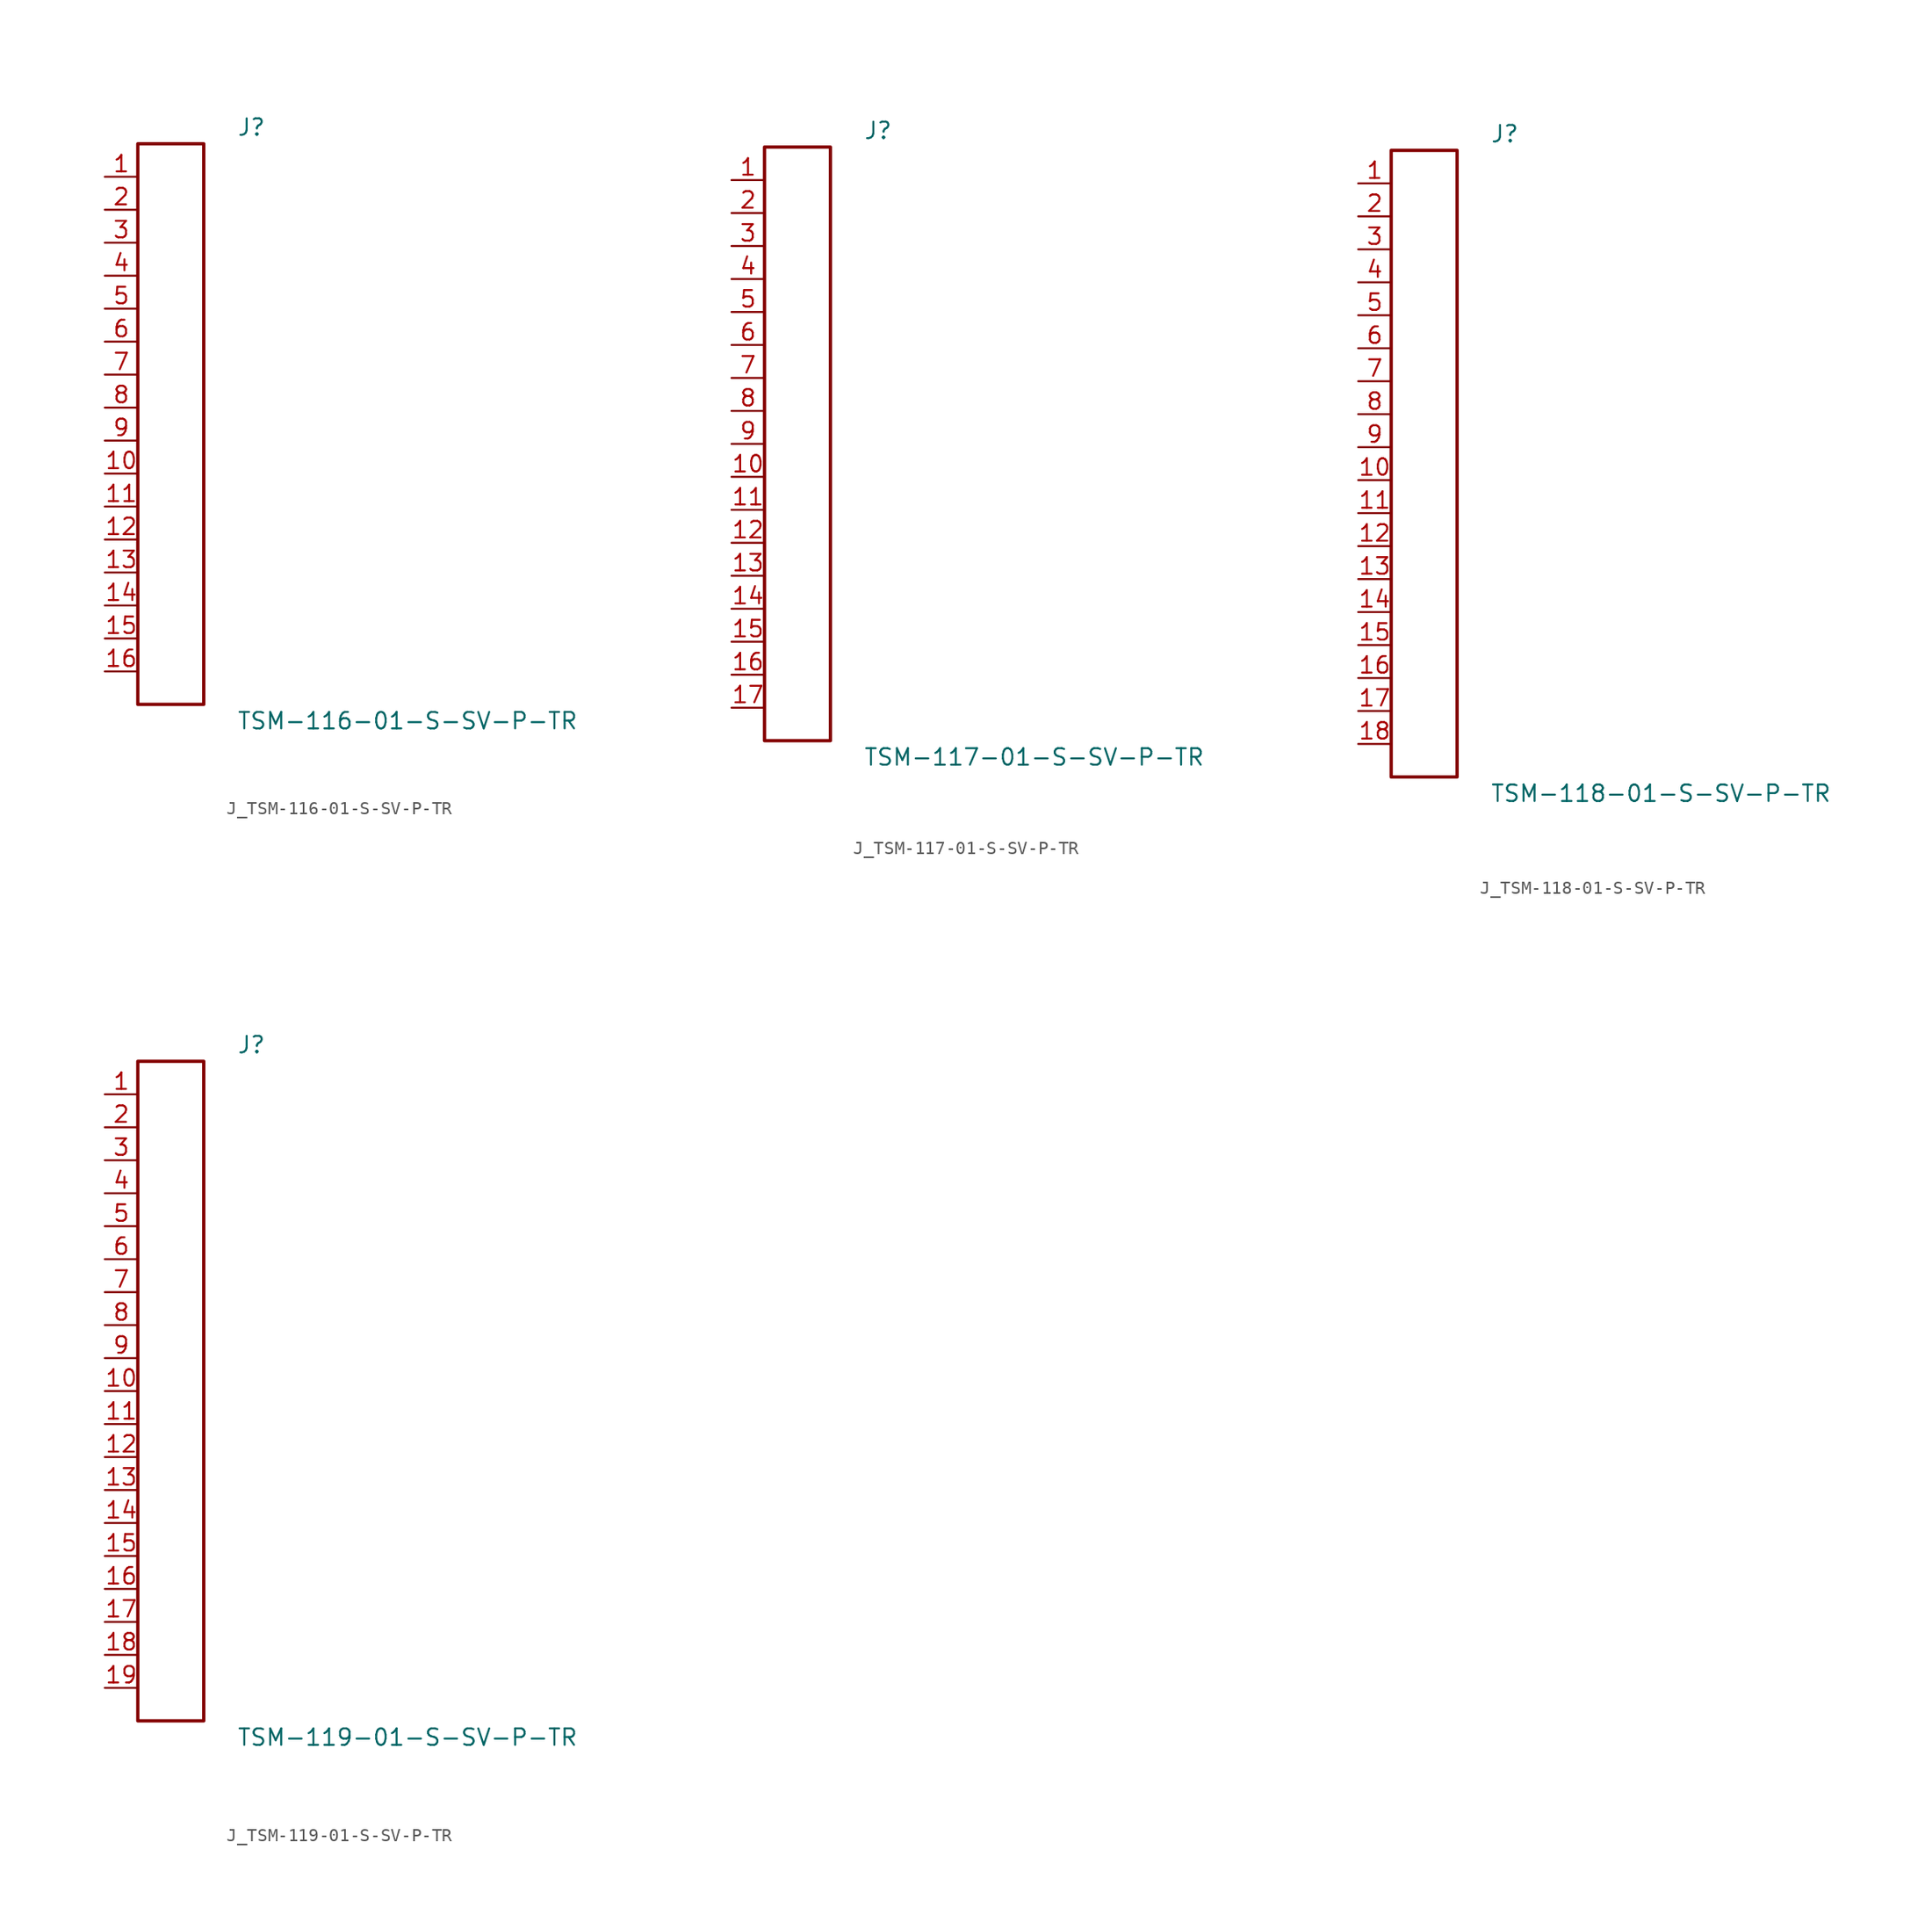
<source format=kicad_sym>
(kicad_symbol_lib
  (version 20231120)
  (generator kicad_symbol_editor)
  (generator_version 8.0)
  (symbol "J_TSM-116-01-S-SV-P-TR"
    (pin_names
      (offset 0.254))
    (property "Reference" "J"
      (at 5.08 22.86 0)
      (effects (font (size 1.27 1.27)) (justify left)))
    (property "Value" "TSM-116-01-S-SV-P-TR"
      (at 5.08 -22.86 0)
      (effects (font (size 1.27 1.27)) (justify left)))
    (symbol "J_TSM-116-01-S-SV-P-TR_0_0"
      (pin unspecified line (at -5.08 19.05 0) (length 2.54) (name "" (effects (font (size 1.27 1.27)))) (number "1" (effects (font (size 1.27 1.27)))))
      (pin unspecified line (at -5.08 16.51 0) (length 2.54) (name "" (effects (font (size 1.27 1.27)))) (number "2" (effects (font (size 1.27 1.27)))))
      (pin unspecified line (at -5.08 13.97 0) (length 2.54) (name "" (effects (font (size 1.27 1.27)))) (number "3" (effects (font (size 1.27 1.27)))))
      (pin unspecified line (at -5.08 11.43 0) (length 2.54) (name "" (effects (font (size 1.27 1.27)))) (number "4" (effects (font (size 1.27 1.27)))))
      (pin unspecified line (at -5.08 8.89 0) (length 2.54) (name "" (effects (font (size 1.27 1.27)))) (number "5" (effects (font (size 1.27 1.27)))))
      (pin unspecified line (at -5.08 6.35 0) (length 2.54) (name "" (effects (font (size 1.27 1.27)))) (number "6" (effects (font (size 1.27 1.27)))))
      (pin unspecified line (at -5.08 3.81 0) (length 2.54) (name "" (effects (font (size 1.27 1.27)))) (number "7" (effects (font (size 1.27 1.27)))))
      (pin unspecified line (at -5.08 1.27 0) (length 2.54) (name "" (effects (font (size 1.27 1.27)))) (number "8" (effects (font (size 1.27 1.27)))))
      (pin unspecified line (at -5.08 -1.27 0) (length 2.54) (name "" (effects (font (size 1.27 1.27)))) (number "9" (effects (font (size 1.27 1.27)))))
      (pin unspecified line (at -5.08 -3.81 0) (length 2.54) (name "" (effects (font (size 1.27 1.27)))) (number "10" (effects (font (size 1.27 1.27)))))
      (pin unspecified line (at -5.08 -6.35 0) (length 2.54) (name "" (effects (font (size 1.27 1.27)))) (number "11" (effects (font (size 1.27 1.27)))))
      (pin unspecified line (at -5.08 -8.89 0) (length 2.54) (name "" (effects (font (size 1.27 1.27)))) (number "12" (effects (font (size 1.27 1.27)))))
      (pin unspecified line (at -5.08 -11.43 0) (length 2.54) (name "" (effects (font (size 1.27 1.27)))) (number "13" (effects (font (size 1.27 1.27)))))
      (pin unspecified line (at -5.08 -13.97 0) (length 2.54) (name "" (effects (font (size 1.27 1.27)))) (number "14" (effects (font (size 1.27 1.27)))))
      (pin unspecified line (at -5.08 -16.51 0) (length 2.54) (name "" (effects (font (size 1.27 1.27)))) (number "15" (effects (font (size 1.27 1.27)))))
      (pin unspecified line (at -5.08 -19.05 0) (length 2.54) (name "" (effects (font (size 1.27 1.27)))) (number "16" (effects (font (size 1.27 1.27))))))
    (symbol "J_TSM-116-01-S-SV-P-TR_1_0"
      (rectangle (start -2.54 21.59) (end 2.54 -21.59) (stroke (width 0.254) (type solid)) (fill (type none)))))
  (symbol "J_TSM-117-01-S-SV-P-TR"
    (pin_names
      (offset 0.254))
    (property "Reference" "J"
      (at 5.08 24.13 0)
      (effects (font (size 1.27 1.27)) (justify left)))
    (property "Value" "TSM-117-01-S-SV-P-TR"
      (at 5.08 -24.13 0)
      (effects (font (size 1.27 1.27)) (justify left)))
    (symbol "J_TSM-117-01-S-SV-P-TR_0_0"
      (pin unspecified line (at -5.08 20.32 0) (length 2.54) (name "" (effects (font (size 1.27 1.27)))) (number "1" (effects (font (size 1.27 1.27)))))
      (pin unspecified line (at -5.08 17.78 0) (length 2.54) (name "" (effects (font (size 1.27 1.27)))) (number "2" (effects (font (size 1.27 1.27)))))
      (pin unspecified line (at -5.08 15.24 0) (length 2.54) (name "" (effects (font (size 1.27 1.27)))) (number "3" (effects (font (size 1.27 1.27)))))
      (pin unspecified line (at -5.08 12.7 0) (length 2.54) (name "" (effects (font (size 1.27 1.27)))) (number "4" (effects (font (size 1.27 1.27)))))
      (pin unspecified line (at -5.08 10.16 0) (length 2.54) (name "" (effects (font (size 1.27 1.27)))) (number "5" (effects (font (size 1.27 1.27)))))
      (pin unspecified line (at -5.08 7.62 0) (length 2.54) (name "" (effects (font (size 1.27 1.27)))) (number "6" (effects (font (size 1.27 1.27)))))
      (pin unspecified line (at -5.08 5.08 0) (length 2.54) (name "" (effects (font (size 1.27 1.27)))) (number "7" (effects (font (size 1.27 1.27)))))
      (pin unspecified line (at -5.08 2.54 0) (length 2.54) (name "" (effects (font (size 1.27 1.27)))) (number "8" (effects (font (size 1.27 1.27)))))
      (pin unspecified line (at -5.08 0.0 0) (length 2.54) (name "" (effects (font (size 1.27 1.27)))) (number "9" (effects (font (size 1.27 1.27)))))
      (pin unspecified line (at -5.08 -2.54 0) (length 2.54) (name "" (effects (font (size 1.27 1.27)))) (number "10" (effects (font (size 1.27 1.27)))))
      (pin unspecified line (at -5.08 -5.08 0) (length 2.54) (name "" (effects (font (size 1.27 1.27)))) (number "11" (effects (font (size 1.27 1.27)))))
      (pin unspecified line (at -5.08 -7.62 0) (length 2.54) (name "" (effects (font (size 1.27 1.27)))) (number "12" (effects (font (size 1.27 1.27)))))
      (pin unspecified line (at -5.08 -10.16 0) (length 2.54) (name "" (effects (font (size 1.27 1.27)))) (number "13" (effects (font (size 1.27 1.27)))))
      (pin unspecified line (at -5.08 -12.7 0) (length 2.54) (name "" (effects (font (size 1.27 1.27)))) (number "14" (effects (font (size 1.27 1.27)))))
      (pin unspecified line (at -5.08 -15.24 0) (length 2.54) (name "" (effects (font (size 1.27 1.27)))) (number "15" (effects (font (size 1.27 1.27)))))
      (pin unspecified line (at -5.08 -17.78 0) (length 2.54) (name "" (effects (font (size 1.27 1.27)))) (number "16" (effects (font (size 1.27 1.27)))))
      (pin unspecified line (at -5.08 -20.32 0) (length 2.54) (name "" (effects (font (size 1.27 1.27)))) (number "17" (effects (font (size 1.27 1.27))))))
    (symbol "J_TSM-117-01-S-SV-P-TR_1_0"
      (rectangle (start -2.54 22.86) (end 2.54 -22.86) (stroke (width 0.254) (type solid)) (fill (type none)))))
  (symbol "J_TSM-118-01-S-SV-P-TR"
    (pin_names
      (offset 0.254))
    (property "Reference" "J"
      (at 5.08 25.4 0)
      (effects (font (size 1.27 1.27)) (justify left)))
    (property "Value" "TSM-118-01-S-SV-P-TR"
      (at 5.08 -25.4 0)
      (effects (font (size 1.27 1.27)) (justify left)))
    (symbol "J_TSM-118-01-S-SV-P-TR_0_0"
      (pin unspecified line (at -5.08 21.59 0) (length 2.54) (name "" (effects (font (size 1.27 1.27)))) (number "1" (effects (font (size 1.27 1.27)))))
      (pin unspecified line (at -5.08 19.05 0) (length 2.54) (name "" (effects (font (size 1.27 1.27)))) (number "2" (effects (font (size 1.27 1.27)))))
      (pin unspecified line (at -5.08 16.51 0) (length 2.54) (name "" (effects (font (size 1.27 1.27)))) (number "3" (effects (font (size 1.27 1.27)))))
      (pin unspecified line (at -5.08 13.97 0) (length 2.54) (name "" (effects (font (size 1.27 1.27)))) (number "4" (effects (font (size 1.27 1.27)))))
      (pin unspecified line (at -5.08 11.43 0) (length 2.54) (name "" (effects (font (size 1.27 1.27)))) (number "5" (effects (font (size 1.27 1.27)))))
      (pin unspecified line (at -5.08 8.89 0) (length 2.54) (name "" (effects (font (size 1.27 1.27)))) (number "6" (effects (font (size 1.27 1.27)))))
      (pin unspecified line (at -5.08 6.35 0) (length 2.54) (name "" (effects (font (size 1.27 1.27)))) (number "7" (effects (font (size 1.27 1.27)))))
      (pin unspecified line (at -5.08 3.81 0) (length 2.54) (name "" (effects (font (size 1.27 1.27)))) (number "8" (effects (font (size 1.27 1.27)))))
      (pin unspecified line (at -5.08 1.27 0) (length 2.54) (name "" (effects (font (size 1.27 1.27)))) (number "9" (effects (font (size 1.27 1.27)))))
      (pin unspecified line (at -5.08 -1.27 0) (length 2.54) (name "" (effects (font (size 1.27 1.27)))) (number "10" (effects (font (size 1.27 1.27)))))
      (pin unspecified line (at -5.08 -3.81 0) (length 2.54) (name "" (effects (font (size 1.27 1.27)))) (number "11" (effects (font (size 1.27 1.27)))))
      (pin unspecified line (at -5.08 -6.35 0) (length 2.54) (name "" (effects (font (size 1.27 1.27)))) (number "12" (effects (font (size 1.27 1.27)))))
      (pin unspecified line (at -5.08 -8.89 0) (length 2.54) (name "" (effects (font (size 1.27 1.27)))) (number "13" (effects (font (size 1.27 1.27)))))
      (pin unspecified line (at -5.08 -11.43 0) (length 2.54) (name "" (effects (font (size 1.27 1.27)))) (number "14" (effects (font (size 1.27 1.27)))))
      (pin unspecified line (at -5.08 -13.97 0) (length 2.54) (name "" (effects (font (size 1.27 1.27)))) (number "15" (effects (font (size 1.27 1.27)))))
      (pin unspecified line (at -5.08 -16.51 0) (length 2.54) (name "" (effects (font (size 1.27 1.27)))) (number "16" (effects (font (size 1.27 1.27)))))
      (pin unspecified line (at -5.08 -19.05 0) (length 2.54) (name "" (effects (font (size 1.27 1.27)))) (number "17" (effects (font (size 1.27 1.27)))))
      (pin unspecified line (at -5.08 -21.59 0) (length 2.54) (name "" (effects (font (size 1.27 1.27)))) (number "18" (effects (font (size 1.27 1.27))))))
    (symbol "J_TSM-118-01-S-SV-P-TR_1_0"
      (rectangle (start -2.54 24.13) (end 2.54 -24.13) (stroke (width 0.254) (type solid)) (fill (type none)))))
  (symbol "J_TSM-119-01-S-SV-P-TR"
    (pin_names
      (offset 0.254))
    (property "Reference" "J"
      (at 5.08 26.67 0)
      (effects (font (size 1.27 1.27)) (justify left)))
    (property "Value" "TSM-119-01-S-SV-P-TR"
      (at 5.08 -26.67 0)
      (effects (font (size 1.27 1.27)) (justify left)))
    (symbol "J_TSM-119-01-S-SV-P-TR_0_0"
      (pin unspecified line (at -5.08 22.86 0) (length 2.54) (name "" (effects (font (size 1.27 1.27)))) (number "1" (effects (font (size 1.27 1.27)))))
      (pin unspecified line (at -5.08 20.32 0) (length 2.54) (name "" (effects (font (size 1.27 1.27)))) (number "2" (effects (font (size 1.27 1.27)))))
      (pin unspecified line (at -5.08 17.78 0) (length 2.54) (name "" (effects (font (size 1.27 1.27)))) (number "3" (effects (font (size 1.27 1.27)))))
      (pin unspecified line (at -5.08 15.24 0) (length 2.54) (name "" (effects (font (size 1.27 1.27)))) (number "4" (effects (font (size 1.27 1.27)))))
      (pin unspecified line (at -5.08 12.7 0) (length 2.54) (name "" (effects (font (size 1.27 1.27)))) (number "5" (effects (font (size 1.27 1.27)))))
      (pin unspecified line (at -5.08 10.16 0) (length 2.54) (name "" (effects (font (size 1.27 1.27)))) (number "6" (effects (font (size 1.27 1.27)))))
      (pin unspecified line (at -5.08 7.62 0) (length 2.54) (name "" (effects (font (size 1.27 1.27)))) (number "7" (effects (font (size 1.27 1.27)))))
      (pin unspecified line (at -5.08 5.08 0) (length 2.54) (name "" (effects (font (size 1.27 1.27)))) (number "8" (effects (font (size 1.27 1.27)))))
      (pin unspecified line (at -5.08 2.54 0) (length 2.54) (name "" (effects (font (size 1.27 1.27)))) (number "9" (effects (font (size 1.27 1.27)))))
      (pin unspecified line (at -5.08 0.0 0) (length 2.54) (name "" (effects (font (size 1.27 1.27)))) (number "10" (effects (font (size 1.27 1.27)))))
      (pin unspecified line (at -5.08 -2.54 0) (length 2.54) (name "" (effects (font (size 1.27 1.27)))) (number "11" (effects (font (size 1.27 1.27)))))
      (pin unspecified line (at -5.08 -5.08 0) (length 2.54) (name "" (effects (font (size 1.27 1.27)))) (number "12" (effects (font (size 1.27 1.27)))))
      (pin unspecified line (at -5.08 -7.62 0) (length 2.54) (name "" (effects (font (size 1.27 1.27)))) (number "13" (effects (font (size 1.27 1.27)))))
      (pin unspecified line (at -5.08 -10.16 0) (length 2.54) (name "" (effects (font (size 1.27 1.27)))) (number "14" (effects (font (size 1.27 1.27)))))
      (pin unspecified line (at -5.08 -12.7 0) (length 2.54) (name "" (effects (font (size 1.27 1.27)))) (number "15" (effects (font (size 1.27 1.27)))))
      (pin unspecified line (at -5.08 -15.24 0) (length 2.54) (name "" (effects (font (size 1.27 1.27)))) (number "16" (effects (font (size 1.27 1.27)))))
      (pin unspecified line (at -5.08 -17.78 0) (length 2.54) (name "" (effects (font (size 1.27 1.27)))) (number "17" (effects (font (size 1.27 1.27)))))
      (pin unspecified line (at -5.08 -20.32 0) (length 2.54) (name "" (effects (font (size 1.27 1.27)))) (number "18" (effects (font (size 1.27 1.27)))))
      (pin unspecified line (at -5.08 -22.86 0) (length 2.54) (name "" (effects (font (size 1.27 1.27)))) (number "19" (effects (font (size 1.27 1.27))))))
    (symbol "J_TSM-119-01-S-SV-P-TR_1_0"
      (rectangle (start -2.54 25.4) (end 2.54 -25.4) (stroke (width 0.254) (type solid)) (fill (type none))))))
</source>
